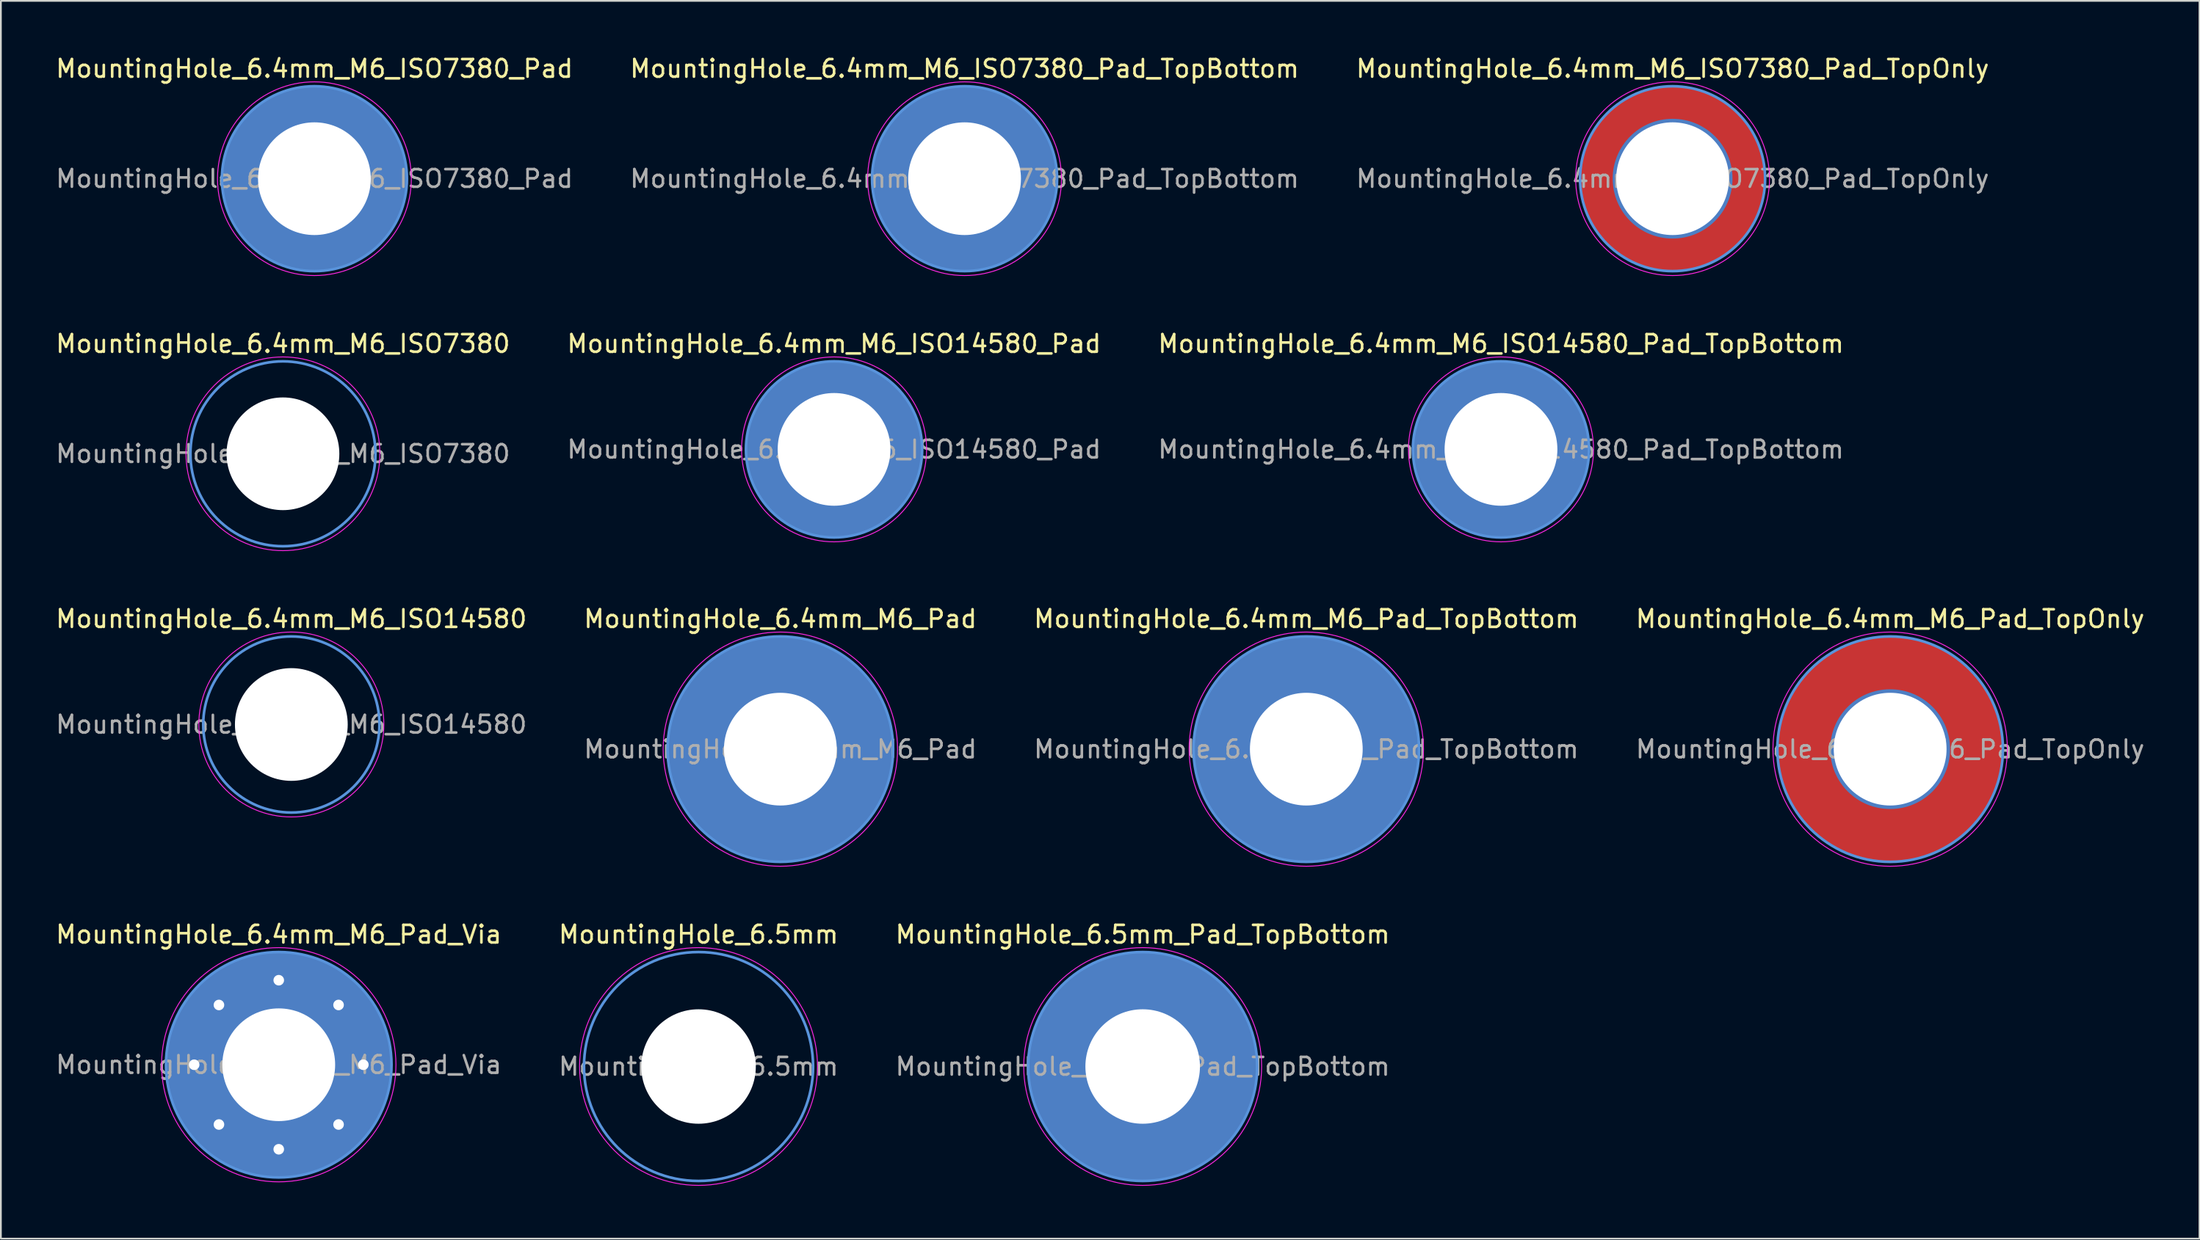
<source format=kicad_pcb>
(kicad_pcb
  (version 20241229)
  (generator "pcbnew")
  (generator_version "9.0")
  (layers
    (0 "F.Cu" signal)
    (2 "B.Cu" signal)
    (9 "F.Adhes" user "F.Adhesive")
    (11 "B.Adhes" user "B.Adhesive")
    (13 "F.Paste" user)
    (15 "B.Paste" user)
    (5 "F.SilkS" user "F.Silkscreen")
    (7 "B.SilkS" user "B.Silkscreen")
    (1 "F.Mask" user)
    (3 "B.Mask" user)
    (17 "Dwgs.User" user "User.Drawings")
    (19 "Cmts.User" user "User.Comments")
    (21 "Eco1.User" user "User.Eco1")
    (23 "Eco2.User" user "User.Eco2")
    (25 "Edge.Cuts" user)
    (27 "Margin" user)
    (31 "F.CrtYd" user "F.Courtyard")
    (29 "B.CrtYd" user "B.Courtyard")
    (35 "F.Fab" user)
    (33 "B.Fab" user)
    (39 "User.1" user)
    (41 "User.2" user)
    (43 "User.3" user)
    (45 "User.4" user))
  (footprint "MountingHole_6.4mm_M6_ISO14580_Pad"
    (layer "F.Cu")
    (at 44.28 22.471)
    (property "Reference" "MountingHole_6.4mm_M6_ISO14580_Pad" (at 0 -6 0) (layer "F.SilkS") (effects (font (size 1 1) (thickness 0.15))))
    (attr exclude_from_pos_files exclude_from_bom)
    (fp_circle (center 0 0) (end 5 0) (stroke (width 0.15) (type solid)) (fill no) (layer "Cmts.User"))
    (fp_circle (center 0 0) (end 5.25 0) (stroke (width 0.05) (type solid)) (fill no) (layer "F.CrtYd"))
    (fp_text user "${REFERENCE}" (at 0 0 0) (layer "F.Fab") (effects (font (size 1 1) (thickness 0.15))))
    (pad "1" thru_hole circle (at 0 0) (size 10 10) (drill 6.4) (layers "*.Cu" "*.Mask")))
  (footprint "MountingHole_6.4mm_M6_ISO7380"
    (layer "F.Cu")
    (at 13.006 22.721)
    (property "Reference" "MountingHole_6.4mm_M6_ISO7380" (at 0 -6.25 0) (layer "F.SilkS") (effects (font (size 1 1) (thickness 0.15))))
    (attr exclude_from_pos_files exclude_from_bom)
    (fp_circle (center 0 0) (end 5.25 0) (stroke (width 0.15) (type solid)) (fill no) (layer "Cmts.User"))
    (fp_circle (center 0 0) (end 5.5 0) (stroke (width 0.05) (type solid)) (fill no) (layer "F.CrtYd"))
    (fp_text user "${REFERENCE}" (at 0 0 0) (layer "F.Fab") (effects (font (size 1 1) (thickness 0.15))))
    (pad "" np_thru_hole circle (at 0 0) (size 6.4 6.4) (drill 6.4) (layers "*.Cu" "*.Mask")))
  (footprint "MountingHole_6.4mm_M6_Pad_TopOnly"
    (layer "F.Cu")
    (at 104.208 39.495)
    (property "Reference" "MountingHole_6.4mm_M6_Pad_TopOnly" (at 0 -7.4 0) (layer "F.SilkS") (effects (font (size 1 1) (thickness 0.15))))
    (attr exclude_from_pos_files exclude_from_bom)
    (fp_circle (center 0 0) (end 6.4 0) (stroke (width 0.15) (type solid)) (fill no) (layer "Cmts.User"))
    (fp_circle (center 0 0) (end 6.65 0) (stroke (width 0.05) (type solid)) (fill no) (layer "F.CrtYd"))
    (fp_text user "${REFERENCE}" (at 0 0 0) (layer "F.Fab") (effects (font (size 1 1) (thickness 0.15))))
    (pad "1" thru_hole circle (at 0 0) (size 6.8 6.8) (drill 6.4) (layers "*.Cu" "*.Mask"))
    (pad "1" connect circle (at 0 0) (size 12.8 12.8) (layers "F.Cu" "F.Mask")))
  (footprint "MountingHole_6.4mm_M6_ISO7380_Pad_TopBottom"
    (layer "F.Cu")
    (at 51.685 7.098)
    (property "Reference" "MountingHole_6.4mm_M6_ISO7380_Pad_TopBottom" (at 0 -6.25 0) (layer "F.SilkS") (effects (font (size 1 1) (thickness 0.15))))
    (attr exclude_from_pos_files exclude_from_bom)
    (fp_circle (center 0 0) (end 5.25 0) (stroke (width 0.15) (type solid)) (fill no) (layer "Cmts.User"))
    (fp_circle (center 0 0) (end 5.5 0) (stroke (width 0.05) (type solid)) (fill no) (layer "F.CrtYd"))
    (fp_text user "${REFERENCE}" (at 0 0 0) (layer "F.Fab") (effects (font (size 1 1) (thickness 0.15))))
    (pad "1" thru_hole circle (at 0 0) (size 6.8 6.8) (drill 6.4) (layers "*.Cu" "*.Mask"))
    (pad "1" connect circle (at 0 0) (size 10.5 10.5) (layers "F.Cu" "F.Mask"))
    (pad "1" connect circle (at 0 0) (size 10.5 10.5) (layers "B.Cu" "B.Mask")))
  (footprint "MountingHole_6.4mm_M6_ISO14580_Pad_TopBottom"
    (layer "F.Cu")
    (at 82.125 22.471)
    (property "Reference" "MountingHole_6.4mm_M6_ISO14580_Pad_TopBottom" (at 0 -6 0) (layer "F.SilkS") (effects (font (size 1 1) (thickness 0.15))))
    (attr exclude_from_pos_files exclude_from_bom)
    (fp_circle (center 0 0) (end 5 0) (stroke (width 0.15) (type solid)) (fill no) (layer "Cmts.User"))
    (fp_circle (center 0 0) (end 5.25 0) (stroke (width 0.05) (type solid)) (fill no) (layer "F.CrtYd"))
    (fp_text user "${REFERENCE}" (at 0 0 0) (layer "F.Fab") (effects (font (size 1 1) (thickness 0.15))))
    (pad "1" thru_hole circle (at 0 0) (size 6.8 6.8) (drill 6.4) (layers "*.Cu" "*.Mask"))
    (pad "1" connect circle (at 0 0) (size 10 10) (layers "F.Cu" "F.Mask"))
    (pad "1" connect circle (at 0 0) (size 10 10) (layers "B.Cu" "B.Mask")))
  (footprint "MountingHole_6.4mm_M6_ISO7380_Pad_TopOnly"
    (layer "F.Cu")
    (at 91.863 7.098)
    (property "Reference" "MountingHole_6.4mm_M6_ISO7380_Pad_TopOnly" (at 0 -6.25 0) (layer "F.SilkS") (effects (font (size 1 1) (thickness 0.15))))
    (attr exclude_from_pos_files exclude_from_bom)
    (fp_circle (center 0 0) (end 5.25 0) (stroke (width 0.15) (type solid)) (fill no) (layer "Cmts.User"))
    (fp_circle (center 0 0) (end 5.5 0) (stroke (width 0.05) (type solid)) (fill no) (layer "F.CrtYd"))
    (fp_text user "${REFERENCE}" (at 0 0 0) (layer "F.Fab") (effects (font (size 1 1) (thickness 0.15))))
    (pad "1" thru_hole circle (at 0 0) (size 6.8 6.8) (drill 6.4) (layers "*.Cu" "*.Mask"))
    (pad "1" connect circle (at 0 0) (size 10.5 10.5) (layers "F.Cu" "F.Mask")))
  (footprint "MountingHole_6.4mm_M6_ISO7380_Pad"
    (layer "F.Cu")
    (at 14.792 7.098)
    (property "Reference" "MountingHole_6.4mm_M6_ISO7380_Pad" (at 0 -6.25 0) (layer "F.SilkS") (effects (font (size 1 1) (thickness 0.15))))
    (attr exclude_from_pos_files exclude_from_bom)
    (fp_circle (center 0 0) (end 5.25 0) (stroke (width 0.15) (type solid)) (fill no) (layer "Cmts.User"))
    (fp_circle (center 0 0) (end 5.5 0) (stroke (width 0.05) (type solid)) (fill no) (layer "F.CrtYd"))
    (fp_text user "${REFERENCE}" (at 0 0 0) (layer "F.Fab") (effects (font (size 1 1) (thickness 0.15))))
    (pad "1" thru_hole circle (at 0 0) (size 10.5 10.5) (drill 6.4) (layers "*.Cu" "*.Mask")))
  (footprint "MountingHole_6.4mm_M6_Pad"
    (layer "F.Cu")
    (at 41.232 39.495)
    (property "Reference" "MountingHole_6.4mm_M6_Pad" (at 0 -7.4 0) (layer "F.SilkS") (effects (font (size 1 1) (thickness 0.15))))
    (attr exclude_from_pos_files exclude_from_bom)
    (fp_circle (center 0 0) (end 6.4 0) (stroke (width 0.15) (type solid)) (fill no) (layer "Cmts.User"))
    (fp_circle (center 0 0) (end 6.65 0) (stroke (width 0.05) (type solid)) (fill no) (layer "F.CrtYd"))
    (fp_text user "${REFERENCE}" (at 0 0 0) (layer "F.Fab") (effects (font (size 1 1) (thickness 0.15))))
    (pad "1" thru_hole circle (at 0 0) (size 12.8 12.8) (drill 6.4) (layers "*.Cu" "*.Mask")))
  (footprint "MountingHole_6.5mm_Pad_TopBottom"
    (layer "F.Cu")
    (at 61.792 57.518)
    (property "Reference" "MountingHole_6.5mm_Pad_TopBottom" (at 0 -7.5 0) (layer "F.SilkS") (effects (font (size 1 1) (thickness 0.15))))
    (attr exclude_from_pos_files exclude_from_bom)
    (fp_circle (center 0 0) (end 6.5 0) (stroke (width 0.15) (type solid)) (fill no) (layer "Cmts.User"))
    (fp_circle (center 0 0) (end 6.75 0) (stroke (width 0.05) (type solid)) (fill no) (layer "F.CrtYd"))
    (fp_text user "${REFERENCE}" (at 0 0 0) (layer "F.Fab") (effects (font (size 1 1) (thickness 0.15))))
    (pad "1" thru_hole circle (at 0 0) (size 6.9 6.9) (drill 6.5) (layers "*.Cu" "*.Mask"))
    (pad "1" connect circle (at 0 0) (size 13 13) (layers "F.Cu" "F.Mask"))
    (pad "1" connect circle (at 0 0) (size 13 13) (layers "B.Cu" "B.Mask")))
  (footprint "MountingHole_6.4mm_M6_ISO14580"
    (layer "F.Cu")
    (at 13.482 38.095)
    (property "Reference" "MountingHole_6.4mm_M6_ISO14580" (at 0 -6 0) (layer "F.SilkS") (effects (font (size 1 1) (thickness 0.15))))
    (attr exclude_from_pos_files exclude_from_bom)
    (fp_circle (center 0 0) (end 5 0) (stroke (width 0.15) (type solid)) (fill no) (layer "Cmts.User"))
    (fp_circle (center 0 0) (end 5.25 0) (stroke (width 0.05) (type solid)) (fill no) (layer "F.CrtYd"))
    (fp_text user "${REFERENCE}" (at 0 0 0) (layer "F.Fab") (effects (font (size 1 1) (thickness 0.15))))
    (pad "" np_thru_hole circle (at 0 0) (size 6.4 6.4) (drill 6.4) (layers "*.Cu" "*.Mask")))
  (footprint "MountingHole_6.4mm_M6_Pad_TopBottom"
    (layer "F.Cu")
    (at 71.077 39.495)
    (property "Reference" "MountingHole_6.4mm_M6_Pad_TopBottom" (at 0 -7.4 0) (layer "F.SilkS") (effects (font (size 1 1) (thickness 0.15))))
    (attr exclude_from_pos_files exclude_from_bom)
    (fp_circle (center 0 0) (end 6.4 0) (stroke (width 0.15) (type solid)) (fill no) (layer "Cmts.User"))
    (fp_circle (center 0 0) (end 6.65 0) (stroke (width 0.05) (type solid)) (fill no) (layer "F.CrtYd"))
    (fp_text user "${REFERENCE}" (at 0 0 0) (layer "F.Fab") (effects (font (size 1 1) (thickness 0.15))))
    (pad "1" thru_hole circle (at 0 0) (size 6.8 6.8) (drill 6.4) (layers "*.Cu" "*.Mask"))
    (pad "1" connect circle (at 0 0) (size 12.8 12.8) (layers "F.Cu" "F.Mask"))
    (pad "1" connect circle (at 0 0) (size 12.8 12.8) (layers "B.Cu" "B.Mask")))
  (footprint "MountingHole_6.4mm_M6_Pad_Via"
    (layer "F.Cu")
    (at 12.768 57.418)
    (property "Reference" "MountingHole_6.4mm_M6_Pad_Via" (at 0 -7.4 0) (layer "F.SilkS") (effects (font (size 1 1) (thickness 0.15))))
    (attr exclude_from_pos_files exclude_from_bom)
    (fp_circle (center 0 0) (end 6.4 0) (stroke (width 0.15) (type solid)) (fill no) (layer "Cmts.User"))
    (fp_circle (center 0 0) (end 6.65 0) (stroke (width 0.05) (type solid)) (fill no) (layer "F.CrtYd"))
    (fp_text user "${REFERENCE}" (at 0 0 0) (layer "F.Fab") (effects (font (size 1 1) (thickness 0.15))))
    (pad "1" thru_hole circle (at -4.8 0) (size 0.9 0.9) (drill 0.6) (layers "*.Cu" "*.Mask"))
    (pad "1" thru_hole circle (at -3.394 -3.394) (size 0.9 0.9) (drill 0.6) (layers "*.Cu" "*.Mask"))
    (pad "1" thru_hole circle (at -3.394 3.394) (size 0.9 0.9) (drill 0.6) (layers "*.Cu" "*.Mask"))
    (pad "1" thru_hole circle (at 0 -4.8) (size 0.9 0.9) (drill 0.6) (layers "*.Cu" "*.Mask"))
    (pad "1" thru_hole circle (at 0 0) (size 12.8 12.8) (drill 6.4) (layers "*.Cu" "*.Mask"))
    (pad "1" thru_hole circle (at 0 4.8) (size 0.9 0.9) (drill 0.6) (layers "*.Cu" "*.Mask"))
    (pad "1" thru_hole circle (at 3.394 -3.394) (size 0.9 0.9) (drill 0.6) (layers "*.Cu" "*.Mask"))
    (pad "1" thru_hole circle (at 3.394 3.394) (size 0.9 0.9) (drill 0.6) (layers "*.Cu" "*.Mask"))
    (pad "1" thru_hole circle (at 4.8 0) (size 0.9 0.9) (drill 0.6) (layers "*.Cu" "*.Mask")))
  (footprint "MountingHole_6.5mm"
    (layer "F.Cu")
    (at 36.589 57.518)
    (property "Reference" "MountingHole_6.5mm" (at 0 -7.5 0) (layer "F.SilkS") (effects (font (size 1 1) (thickness 0.15))))
    (attr exclude_from_pos_files exclude_from_bom)
    (fp_circle (center 0 0) (end 6.5 0) (stroke (width 0.15) (type solid)) (fill no) (layer "Cmts.User"))
    (fp_circle (center 0 0) (end 6.75 0) (stroke (width 0.05) (type solid)) (fill no) (layer "F.CrtYd"))
    (fp_text user "${REFERENCE}" (at 0 0 0) (layer "F.Fab") (effects (font (size 1 1) (thickness 0.15))))
    (pad "" np_thru_hole circle (at 0 0) (size 6.5 6.5) (drill 6.5) (layers "*.Cu" "*.Mask")))
  (gr_rect
    (start -3 -3)
    (end 121.762 67.293)
    (stroke (width 0.1) (type default))
    (fill no)
    (layer "Edge.Cuts")))
</source>
